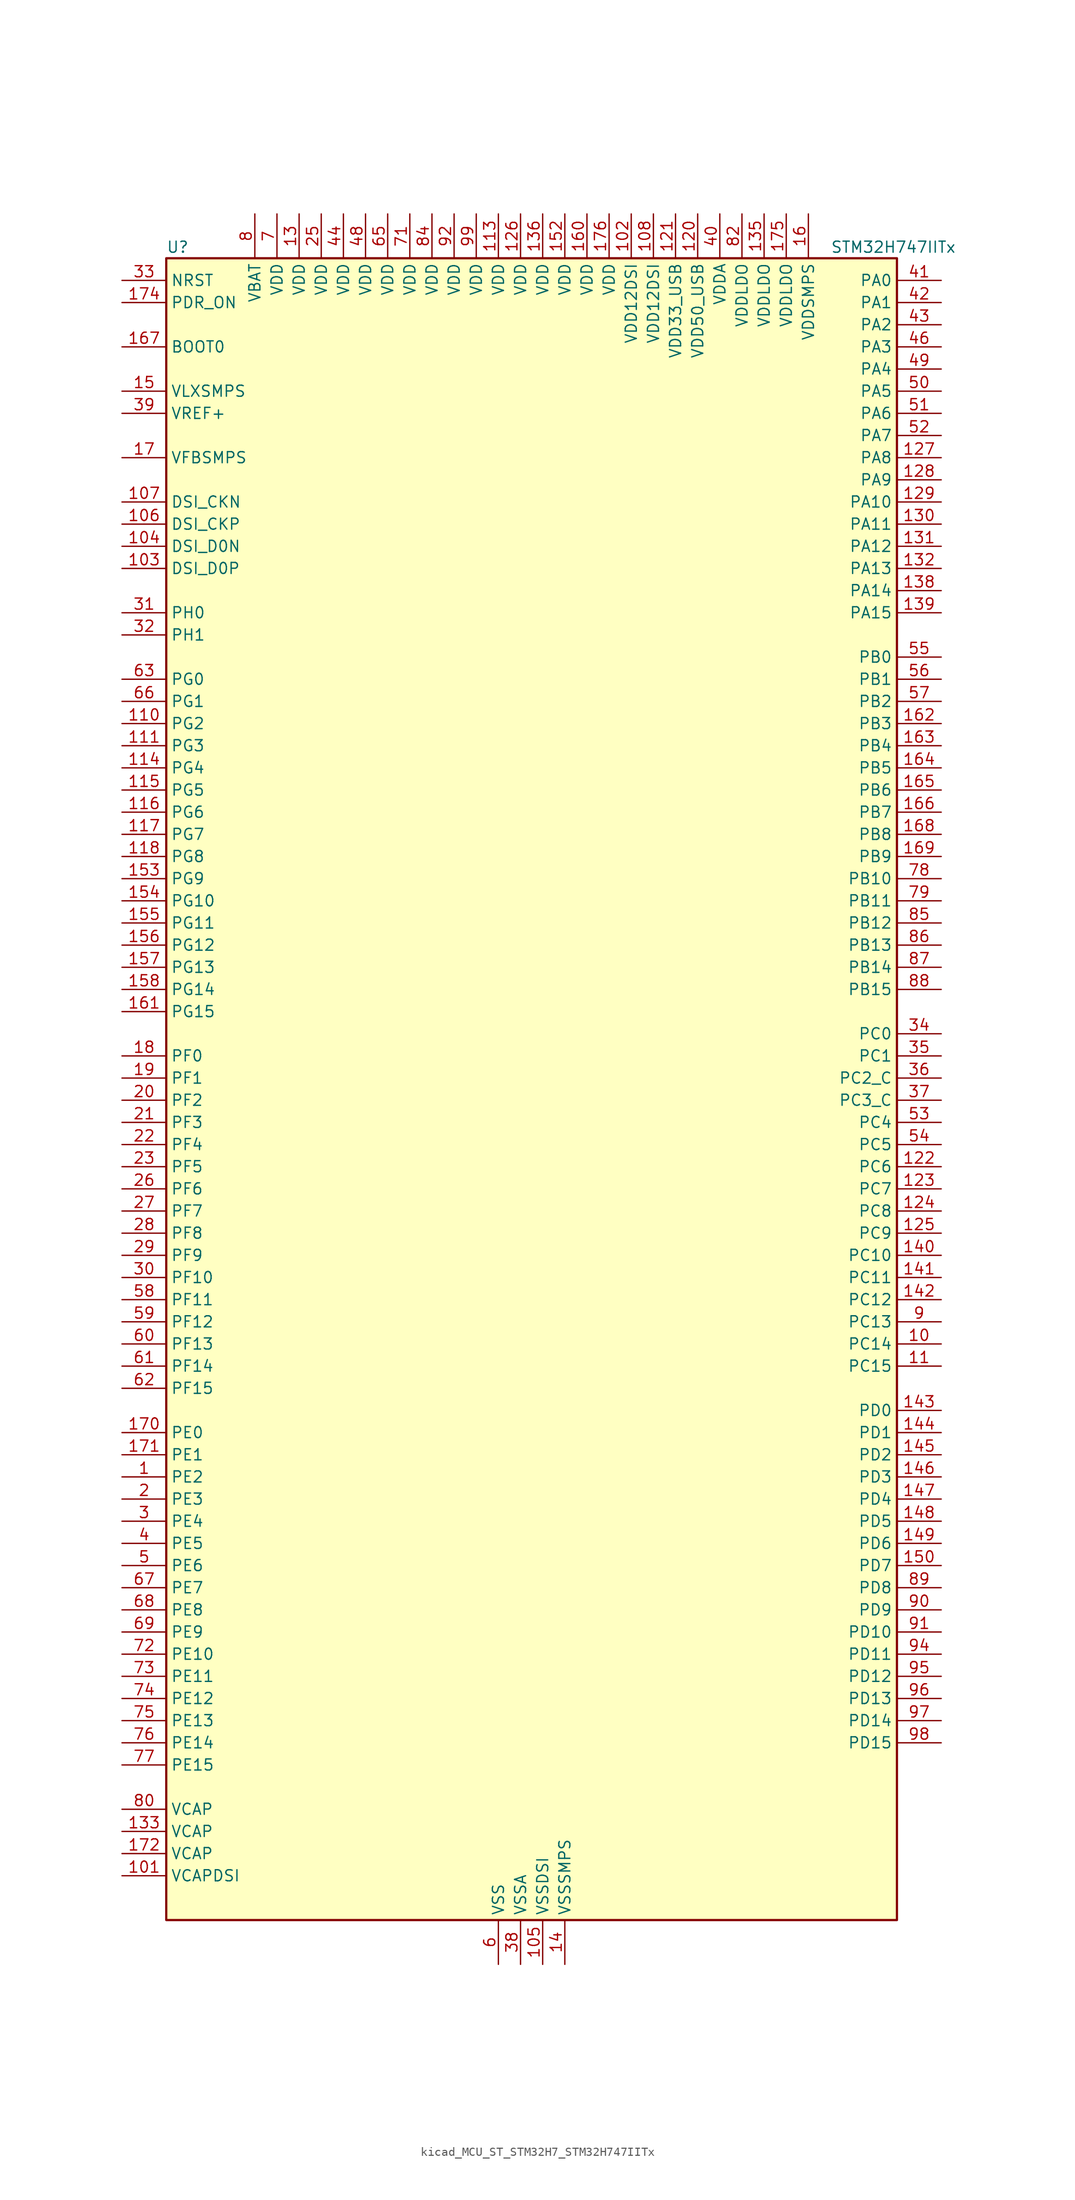
<source format=kicad_sym>
(kicad_symbol_lib
  (version 20220914)
  (generator kicad_symbol_editor)
  (symbol "kicad_MCU_ST_STM32H7_STM32H747IITx"
    (property "Reference" "U"
      (at -40.64 97.79 0)
      (effects (font (size 1.27 1.27)) (justify left)))
    (property "Value" "STM32H747IITx"
      (at 35.56 97.79 0)
      (effects (font (size 1.27 1.27)) (justify left)))
    (property "ki_locked" ""
      (at 0 0 0)
      (effects (font (size 1.27 1.27))))
    (symbol "kicad_MCU_ST_STM32H7_STM32H747IITx_0_1"
      (rectangle (start -40.64 -93.98) (end 43.18 96.52) (stroke (width 0.254) (type default)) (fill (type background))))
    (symbol "kicad_MCU_ST_STM32H7_STM32H747IITx_1_1"
      (pin bidirectional line (at -45.72 -43.18 0) (length 5.08) (name "PE2" (effects (font (size 1.27 1.27)))) (number "1" (effects (font (size 1.27 1.27)))) (alternate "DEBUG_TRACECLK" bidirectional line) (alternate "ETH_TXD3" bidirectional line) (alternate "FMC_A23" bidirectional line) (alternate "QUADSPI_BK1_IO2" bidirectional line) (alternate "SAI1_CK1" bidirectional line) (alternate "SAI1_MCLK_A" bidirectional line) (alternate "SAI4_CK1" bidirectional line) (alternate "SAI4_MCLK_A" bidirectional line) (alternate "SPI4_SCK" bidirectional line))
      (pin bidirectional line (at 48.26 -27.94 180) (length 5.08) (name "PC14" (effects (font (size 1.27 1.27)))) (number "10" (effects (font (size 1.27 1.27)))) (alternate "RCC_OSC32_IN" bidirectional line))
      (pin passive line (at -2.54 -99.06 90) (length 5.08) hide (name "VSS" (effects (font (size 1.27 1.27)))) (number "100" (effects (font (size 1.27 1.27)))))
      (pin power_out line (at -45.72 -88.9 0) (length 5.08) (name "VCAPDSI" (effects (font (size 1.27 1.27)))) (number "101" (effects (font (size 1.27 1.27)))))
      (pin power_in line (at 12.7 101.6 270) (length 5.08) (name "VDD12DSI" (effects (font (size 1.27 1.27)))) (number "102" (effects (font (size 1.27 1.27)))))
      (pin bidirectional line (at -45.72 60.96 0) (length 5.08) (name "DSI_D0P" (effects (font (size 1.27 1.27)))) (number "103" (effects (font (size 1.27 1.27)))) (alternate "DSIHOST_D0P" bidirectional line))
      (pin bidirectional line (at -45.72 63.5 0) (length 5.08) (name "DSI_D0N" (effects (font (size 1.27 1.27)))) (number "104" (effects (font (size 1.27 1.27)))) (alternate "DSIHOST_D0N" bidirectional line))
      (pin power_in line (at 2.54 -99.06 90) (length 5.08) (name "VSSDSI" (effects (font (size 1.27 1.27)))) (number "105" (effects (font (size 1.27 1.27)))))
      (pin bidirectional line (at -45.72 66.04 0) (length 5.08) (name "DSI_CKP" (effects (font (size 1.27 1.27)))) (number "106" (effects (font (size 1.27 1.27)))) (alternate "DSIHOST_CKP" bidirectional line))
      (pin bidirectional line (at -45.72 68.58 0) (length 5.08) (name "DSI_CKN" (effects (font (size 1.27 1.27)))) (number "107" (effects (font (size 1.27 1.27)))) (alternate "DSIHOST_CKN" bidirectional line))
      (pin power_in line (at 15.24 101.6 270) (length 5.08) (name "VDD12DSI" (effects (font (size 1.27 1.27)))) (number "108" (effects (font (size 1.27 1.27)))))
      (pin passive line (at 2.54 -99.06 90) (length 5.08) hide (name "VSSDSI" (effects (font (size 1.27 1.27)))) (number "109" (effects (font (size 1.27 1.27)))))
      (pin bidirectional line (at 48.26 -30.48 180) (length 5.08) (name "PC15" (effects (font (size 1.27 1.27)))) (number "11" (effects (font (size 1.27 1.27)))) (alternate "ADC1_EXTI15" bidirectional line) (alternate "ADC2_EXTI15" bidirectional line) (alternate "ADC3_EXTI15" bidirectional line) (alternate "RCC_OSC32_OUT" bidirectional line))
      (pin bidirectional line (at -45.72 43.18 0) (length 5.08) (name "PG2" (effects (font (size 1.27 1.27)))) (number "110" (effects (font (size 1.27 1.27)))) (alternate "FMC_A12" bidirectional line) (alternate "TIM8_BKIN" bidirectional line) (alternate "TIM8_BKIN_COMP1" bidirectional line) (alternate "TIM8_BKIN_COMP2" bidirectional line))
      (pin bidirectional line (at -45.72 40.64 0) (length 5.08) (name "PG3" (effects (font (size 1.27 1.27)))) (number "111" (effects (font (size 1.27 1.27)))) (alternate "FMC_A13" bidirectional line) (alternate "TIM8_BKIN2" bidirectional line) (alternate "TIM8_BKIN2_COMP1" bidirectional line) (alternate "TIM8_BKIN2_COMP2" bidirectional line))
      (pin passive line (at -2.54 -99.06 90) (length 5.08) hide (name "VSS" (effects (font (size 1.27 1.27)))) (number "112" (effects (font (size 1.27 1.27)))))
      (pin power_in line (at -2.54 101.6 270) (length 5.08) (name "VDD" (effects (font (size 1.27 1.27)))) (number "113" (effects (font (size 1.27 1.27)))))
      (pin bidirectional line (at -45.72 38.1 0) (length 5.08) (name "PG4" (effects (font (size 1.27 1.27)))) (number "114" (effects (font (size 1.27 1.27)))) (alternate "FMC_A14" bidirectional line) (alternate "FMC_BA0" bidirectional line) (alternate "TIM1_BKIN2" bidirectional line) (alternate "TIM1_BKIN2_COMP1" bidirectional line) (alternate "TIM1_BKIN2_COMP2" bidirectional line))
      (pin bidirectional line (at -45.72 35.56 0) (length 5.08) (name "PG5" (effects (font (size 1.27 1.27)))) (number "115" (effects (font (size 1.27 1.27)))) (alternate "FMC_A15" bidirectional line) (alternate "FMC_BA1" bidirectional line) (alternate "TIM1_ETR" bidirectional line))
      (pin bidirectional line (at -45.72 33.02 0) (length 5.08) (name "PG6" (effects (font (size 1.27 1.27)))) (number "116" (effects (font (size 1.27 1.27)))) (alternate "DCMI_D12" bidirectional line) (alternate "FMC_NE3" bidirectional line) (alternate "HRTIM_CHE1" bidirectional line) (alternate "LTDC_R7" bidirectional line) (alternate "QUADSPI_BK1_NCS" bidirectional line) (alternate "TIM17_BKIN" bidirectional line))
      (pin bidirectional line (at -45.72 30.48 0) (length 5.08) (name "PG7" (effects (font (size 1.27 1.27)))) (number "117" (effects (font (size 1.27 1.27)))) (alternate "DCMI_D13" bidirectional line) (alternate "FMC_INT" bidirectional line) (alternate "HRTIM_CHE2" bidirectional line) (alternate "LTDC_CLK" bidirectional line) (alternate "SAI1_MCLK_A" bidirectional line) (alternate "USART6_CK" bidirectional line))
      (pin bidirectional line (at -45.72 27.94 0) (length 5.08) (name "PG8" (effects (font (size 1.27 1.27)))) (number "118" (effects (font (size 1.27 1.27)))) (alternate "ETH_PPS_OUT" bidirectional line) (alternate "FMC_SDCLK" bidirectional line) (alternate "LTDC_G7" bidirectional line) (alternate "SPDIFRX1_IN2" bidirectional line) (alternate "SPI6_NSS" bidirectional line) (alternate "TIM8_ETR" bidirectional line) (alternate "USART6_DE" bidirectional line) (alternate "USART6_RTS" bidirectional line))
      (pin passive line (at -2.54 -99.06 90) (length 5.08) hide (name "VSS" (effects (font (size 1.27 1.27)))) (number "119" (effects (font (size 1.27 1.27)))))
      (pin passive line (at -2.54 -99.06 90) (length 5.08) hide (name "VSS" (effects (font (size 1.27 1.27)))) (number "12" (effects (font (size 1.27 1.27)))))
      (pin power_in line (at 20.32 101.6 270) (length 5.08) (name "VDD50_USB" (effects (font (size 1.27 1.27)))) (number "120" (effects (font (size 1.27 1.27)))))
      (pin power_in line (at 17.78 101.6 270) (length 5.08) (name "VDD33_USB" (effects (font (size 1.27 1.27)))) (number "121" (effects (font (size 1.27 1.27)))))
      (pin bidirectional line (at 48.26 -7.62 180) (length 5.08) (name "PC6" (effects (font (size 1.27 1.27)))) (number "122" (effects (font (size 1.27 1.27)))) (alternate "DCMI_D0" bidirectional line) (alternate "DFSDM1_CKIN3" bidirectional line) (alternate "FMC_NWAIT" bidirectional line) (alternate "HRTIM_CHA1" bidirectional line) (alternate "I2S2_MCK" bidirectional line) (alternate "LTDC_HSYNC" bidirectional line) (alternate "SDMMC1_D0DIR" bidirectional line) (alternate "SDMMC1_D6" bidirectional line) (alternate "SDMMC2_D6" bidirectional line) (alternate "SWPMI1_IO" bidirectional line) (alternate "TIM3_CH1" bidirectional line) (alternate "TIM8_CH1" bidirectional line) (alternate "USART6_TX" bidirectional line))
      (pin bidirectional line (at 48.26 -10.16 180) (length 5.08) (name "PC7" (effects (font (size 1.27 1.27)))) (number "123" (effects (font (size 1.27 1.27)))) (alternate "DCMI_D1" bidirectional line) (alternate "DEBUG_TRGIO" bidirectional line) (alternate "DFSDM1_DATIN3" bidirectional line) (alternate "FMC_NE1" bidirectional line) (alternate "HRTIM_CHA2" bidirectional line) (alternate "I2S3_MCK" bidirectional line) (alternate "LTDC_G6" bidirectional line) (alternate "SDMMC1_D123DIR" bidirectional line) (alternate "SDMMC1_D7" bidirectional line) (alternate "SDMMC2_D7" bidirectional line) (alternate "SWPMI1_TX" bidirectional line) (alternate "TIM3_CH2" bidirectional line) (alternate "TIM8_CH2" bidirectional line) (alternate "USART6_RX" bidirectional line))
      (pin bidirectional line (at 48.26 -12.7 180) (length 5.08) (name "PC8" (effects (font (size 1.27 1.27)))) (number "124" (effects (font (size 1.27 1.27)))) (alternate "DCMI_D2" bidirectional line) (alternate "DEBUG_TRACED1" bidirectional line) (alternate "FMC_NCE" bidirectional line) (alternate "FMC_NE2" bidirectional line) (alternate "HRTIM_CHB1" bidirectional line) (alternate "SDMMC1_D0" bidirectional line) (alternate "SWPMI1_RX" bidirectional line) (alternate "TIM3_CH3" bidirectional line) (alternate "TIM8_CH3" bidirectional line) (alternate "UART5_DE" bidirectional line) (alternate "UART5_RTS" bidirectional line) (alternate "USART6_CK" bidirectional line))
      (pin bidirectional line (at 48.26 -15.24 180) (length 5.08) (name "PC9" (effects (font (size 1.27 1.27)))) (number "125" (effects (font (size 1.27 1.27)))) (alternate "DAC1_EXTI9" bidirectional line) (alternate "DCMI_D3" bidirectional line) (alternate "I2C3_SDA" bidirectional line) (alternate "I2S_CKIN" bidirectional line) (alternate "LTDC_B2" bidirectional line) (alternate "LTDC_G3" bidirectional line) (alternate "QUADSPI_BK1_IO0" bidirectional line) (alternate "RCC_MCO_2" bidirectional line) (alternate "SDMMC1_D1" bidirectional line) (alternate "SWPMI1_SUSPEND" bidirectional line) (alternate "TIM3_CH4" bidirectional line) (alternate "TIM8_CH4" bidirectional line) (alternate "UART5_CTS" bidirectional line))
      (pin power_in line (at 0 101.6 270) (length 5.08) (name "VDD" (effects (font (size 1.27 1.27)))) (number "126" (effects (font (size 1.27 1.27)))))
      (pin bidirectional line (at 48.26 73.66 180) (length 5.08) (name "PA8" (effects (font (size 1.27 1.27)))) (number "127" (effects (font (size 1.27 1.27)))) (alternate "HRTIM_CHB2" bidirectional line) (alternate "I2C3_SCL" bidirectional line) (alternate "LTDC_B3" bidirectional line) (alternate "LTDC_R6" bidirectional line) (alternate "RCC_MCO_1" bidirectional line) (alternate "TIM1_CH1" bidirectional line) (alternate "TIM8_BKIN2" bidirectional line) (alternate "TIM8_BKIN2_COMP1" bidirectional line) (alternate "TIM8_BKIN2_COMP2" bidirectional line) (alternate "UART7_RX" bidirectional line) (alternate "USART1_CK" bidirectional line) (alternate "USB_OTG_FS_SOF" bidirectional line))
      (pin bidirectional line (at 48.26 71.12 180) (length 5.08) (name "PA9" (effects (font (size 1.27 1.27)))) (number "128" (effects (font (size 1.27 1.27)))) (alternate "DAC1_EXTI9" bidirectional line) (alternate "DCMI_D0" bidirectional line) (alternate "HRTIM_CHC1" bidirectional line) (alternate "I2C3_SMBA" bidirectional line) (alternate "I2S2_CK" bidirectional line) (alternate "LPUART1_TX" bidirectional line) (alternate "LTDC_R5" bidirectional line) (alternate "SPI2_SCK" bidirectional line) (alternate "TIM1_CH2" bidirectional line) (alternate "USART1_TX" bidirectional line) (alternate "USB_OTG_FS_VBUS" bidirectional line))
      (pin bidirectional line (at 48.26 68.58 180) (length 5.08) (name "PA10" (effects (font (size 1.27 1.27)))) (number "129" (effects (font (size 1.27 1.27)))) (alternate "DCMI_D1" bidirectional line) (alternate "HRTIM_CHC2" bidirectional line) (alternate "LPUART1_RX" bidirectional line) (alternate "LTDC_B1" bidirectional line) (alternate "LTDC_B4" bidirectional line) (alternate "MDIOS_MDIO" bidirectional line) (alternate "TIM1_CH3" bidirectional line) (alternate "USART1_RX" bidirectional line) (alternate "USB_OTG_FS_ID" bidirectional line))
      (pin power_in line (at -25.4 101.6 270) (length 5.08) (name "VDD" (effects (font (size 1.27 1.27)))) (number "13" (effects (font (size 1.27 1.27)))))
      (pin bidirectional line (at 48.26 66.04 180) (length 5.08) (name "PA11" (effects (font (size 1.27 1.27)))) (number "130" (effects (font (size 1.27 1.27)))) (alternate "ADC1_EXTI11" bidirectional line) (alternate "ADC2_EXTI11" bidirectional line) (alternate "ADC3_EXTI11" bidirectional line) (alternate "FDCAN1_RX" bidirectional line) (alternate "HRTIM_CHD1" bidirectional line) (alternate "I2S2_WS" bidirectional line) (alternate "LPUART1_CTS" bidirectional line) (alternate "LTDC_R4" bidirectional line) (alternate "SPI2_NSS" bidirectional line) (alternate "TIM1_CH4" bidirectional line) (alternate "UART4_RX" bidirectional line) (alternate "USART1_CTS" bidirectional line) (alternate "USART1_NSS" bidirectional line) (alternate "USB_OTG_FS_DM" bidirectional line))
      (pin bidirectional line (at 48.26 63.5 180) (length 5.08) (name "PA12" (effects (font (size 1.27 1.27)))) (number "131" (effects (font (size 1.27 1.27)))) (alternate "FDCAN1_TX" bidirectional line) (alternate "HRTIM_CHD2" bidirectional line) (alternate "I2S2_CK" bidirectional line) (alternate "LPUART1_DE" bidirectional line) (alternate "LPUART1_RTS" bidirectional line) (alternate "LTDC_R5" bidirectional line) (alternate "SAI2_FS_B" bidirectional line) (alternate "SPI2_SCK" bidirectional line) (alternate "TIM1_ETR" bidirectional line) (alternate "UART4_TX" bidirectional line) (alternate "USART1_DE" bidirectional line) (alternate "USART1_RTS" bidirectional line) (alternate "USB_OTG_FS_DP" bidirectional line))
      (pin bidirectional line (at 48.26 60.96 180) (length 5.08) (name "PA13" (effects (font (size 1.27 1.27)))) (number "132" (effects (font (size 1.27 1.27)))) (alternate "DEBUG_JTMS-SWDIO" bidirectional line))
      (pin power_out line (at -45.72 -83.82 0) (length 5.08) (name "VCAP" (effects (font (size 1.27 1.27)))) (number "133" (effects (font (size 1.27 1.27)))))
      (pin passive line (at -2.54 -99.06 90) (length 5.08) hide (name "VSS" (effects (font (size 1.27 1.27)))) (number "134" (effects (font (size 1.27 1.27)))))
      (pin power_in line (at 27.94 101.6 270) (length 5.08) (name "VDDLDO" (effects (font (size 1.27 1.27)))) (number "135" (effects (font (size 1.27 1.27)))))
      (pin power_in line (at 2.54 101.6 270) (length 5.08) (name "VDD" (effects (font (size 1.27 1.27)))) (number "136" (effects (font (size 1.27 1.27)))))
      (pin passive line (at -2.54 -99.06 90) (length 5.08) hide (name "VSS" (effects (font (size 1.27 1.27)))) (number "137" (effects (font (size 1.27 1.27)))))
      (pin bidirectional line (at 48.26 58.42 180) (length 5.08) (name "PA14" (effects (font (size 1.27 1.27)))) (number "138" (effects (font (size 1.27 1.27)))) (alternate "DEBUG_JTCK-SWCLK" bidirectional line))
      (pin bidirectional line (at 48.26 55.88 180) (length 5.08) (name "PA15" (effects (font (size 1.27 1.27)))) (number "139" (effects (font (size 1.27 1.27)))) (alternate "ADC1_EXTI15" bidirectional line) (alternate "ADC2_EXTI15" bidirectional line) (alternate "ADC3_EXTI15" bidirectional line) (alternate "CEC" bidirectional line) (alternate "DEBUG_JTDI" bidirectional line) (alternate "DSIHOST_TE" bidirectional line) (alternate "HRTIM_FLT1" bidirectional line) (alternate "I2S1_WS" bidirectional line) (alternate "I2S3_WS" bidirectional line) (alternate "SPI1_NSS" bidirectional line) (alternate "SPI3_NSS" bidirectional line) (alternate "SPI6_NSS" bidirectional line) (alternate "TIM2_CH1" bidirectional line) (alternate "TIM2_ETR" bidirectional line) (alternate "UART4_DE" bidirectional line) (alternate "UART4_RTS" bidirectional line) (alternate "UART7_TX" bidirectional line))
      (pin power_in line (at 5.08 -99.06 90) (length 5.08) (name "VSSSMPS" (effects (font (size 1.27 1.27)))) (number "14" (effects (font (size 1.27 1.27)))))
      (pin bidirectional line (at 48.26 -17.78 180) (length 5.08) (name "PC10" (effects (font (size 1.27 1.27)))) (number "140" (effects (font (size 1.27 1.27)))) (alternate "DCMI_D8" bidirectional line) (alternate "DFSDM1_CKIN5" bidirectional line) (alternate "HRTIM_EEV1" bidirectional line) (alternate "I2S3_CK" bidirectional line) (alternate "LTDC_R2" bidirectional line) (alternate "QUADSPI_BK1_IO1" bidirectional line) (alternate "SDMMC1_D2" bidirectional line) (alternate "SPI3_SCK" bidirectional line) (alternate "UART4_TX" bidirectional line) (alternate "USART3_TX" bidirectional line))
      (pin bidirectional line (at 48.26 -20.32 180) (length 5.08) (name "PC11" (effects (font (size 1.27 1.27)))) (number "141" (effects (font (size 1.27 1.27)))) (alternate "ADC1_EXTI11" bidirectional line) (alternate "ADC2_EXTI11" bidirectional line) (alternate "ADC3_EXTI11" bidirectional line) (alternate "DCMI_D4" bidirectional line) (alternate "DFSDM1_DATIN5" bidirectional line) (alternate "HRTIM_FLT2" bidirectional line) (alternate "I2S3_SDI" bidirectional line) (alternate "QUADSPI_BK2_NCS" bidirectional line) (alternate "SDMMC1_D3" bidirectional line) (alternate "SPI3_MISO" bidirectional line) (alternate "UART4_RX" bidirectional line) (alternate "USART3_RX" bidirectional line))
      (pin bidirectional line (at 48.26 -22.86 180) (length 5.08) (name "PC12" (effects (font (size 1.27 1.27)))) (number "142" (effects (font (size 1.27 1.27)))) (alternate "DCMI_D9" bidirectional line) (alternate "DEBUG_TRACED3" bidirectional line) (alternate "HRTIM_EEV2" bidirectional line) (alternate "I2S3_SDO" bidirectional line) (alternate "SDMMC1_CK" bidirectional line) (alternate "SPI3_MOSI" bidirectional line) (alternate "UART5_TX" bidirectional line) (alternate "USART3_CK" bidirectional line))
      (pin bidirectional line (at 48.26 -35.56 180) (length 5.08) (name "PD0" (effects (font (size 1.27 1.27)))) (number "143" (effects (font (size 1.27 1.27)))) (alternate "DFSDM1_CKIN6" bidirectional line) (alternate "FDCAN1_RX" bidirectional line) (alternate "FMC_D2" bidirectional line) (alternate "FMC_DA2" bidirectional line) (alternate "SAI3_SCK_A" bidirectional line) (alternate "UART4_RX" bidirectional line))
      (pin bidirectional line (at 48.26 -38.1 180) (length 5.08) (name "PD1" (effects (font (size 1.27 1.27)))) (number "144" (effects (font (size 1.27 1.27)))) (alternate "DFSDM1_DATIN6" bidirectional line) (alternate "FDCAN1_TX" bidirectional line) (alternate "FMC_D3" bidirectional line) (alternate "FMC_DA3" bidirectional line) (alternate "SAI3_SD_A" bidirectional line) (alternate "UART4_TX" bidirectional line))
      (pin bidirectional line (at 48.26 -40.64 180) (length 5.08) (name "PD2" (effects (font (size 1.27 1.27)))) (number "145" (effects (font (size 1.27 1.27)))) (alternate "DCMI_D11" bidirectional line) (alternate "DEBUG_TRACED2" bidirectional line) (alternate "SDMMC1_CMD" bidirectional line) (alternate "TIM3_ETR" bidirectional line) (alternate "UART5_RX" bidirectional line))
      (pin bidirectional line (at 48.26 -43.18 180) (length 5.08) (name "PD3" (effects (font (size 1.27 1.27)))) (number "146" (effects (font (size 1.27 1.27)))) (alternate "DCMI_D5" bidirectional line) (alternate "DFSDM1_CKOUT" bidirectional line) (alternate "FMC_CLK" bidirectional line) (alternate "I2S2_CK" bidirectional line) (alternate "LTDC_G7" bidirectional line) (alternate "SPI2_SCK" bidirectional line) (alternate "USART2_CTS" bidirectional line) (alternate "USART2_NSS" bidirectional line))
      (pin bidirectional line (at 48.26 -45.72 180) (length 5.08) (name "PD4" (effects (font (size 1.27 1.27)))) (number "147" (effects (font (size 1.27 1.27)))) (alternate "FMC_NOE" bidirectional line) (alternate "HRTIM_FLT3" bidirectional line) (alternate "SAI3_FS_A" bidirectional line) (alternate "USART2_DE" bidirectional line) (alternate "USART2_RTS" bidirectional line))
      (pin bidirectional line (at 48.26 -48.26 180) (length 5.08) (name "PD5" (effects (font (size 1.27 1.27)))) (number "148" (effects (font (size 1.27 1.27)))) (alternate "FMC_NWE" bidirectional line) (alternate "HRTIM_EEV3" bidirectional line) (alternate "USART2_TX" bidirectional line))
      (pin bidirectional line (at 48.26 -50.8 180) (length 5.08) (name "PD6" (effects (font (size 1.27 1.27)))) (number "149" (effects (font (size 1.27 1.27)))) (alternate "DCMI_D10" bidirectional line) (alternate "DFSDM1_CKIN4" bidirectional line) (alternate "DFSDM1_DATIN1" bidirectional line) (alternate "FMC_NWAIT" bidirectional line) (alternate "I2S3_SDO" bidirectional line) (alternate "LTDC_B2" bidirectional line) (alternate "SAI1_D1" bidirectional line) (alternate "SAI1_SD_A" bidirectional line) (alternate "SAI4_D1" bidirectional line) (alternate "SAI4_SD_A" bidirectional line) (alternate "SDMMC2_CK" bidirectional line) (alternate "SPI3_MOSI" bidirectional line) (alternate "USART2_RX" bidirectional line))
      (pin power_in line (at -45.72 81.28 0) (length 5.08) (name "VLXSMPS" (effects (font (size 1.27 1.27)))) (number "15" (effects (font (size 1.27 1.27)))))
      (pin bidirectional line (at 48.26 -53.34 180) (length 5.08) (name "PD7" (effects (font (size 1.27 1.27)))) (number "150" (effects (font (size 1.27 1.27)))) (alternate "DFSDM1_CKIN1" bidirectional line) (alternate "DFSDM1_DATIN4" bidirectional line) (alternate "FMC_NE1" bidirectional line) (alternate "I2S1_SDO" bidirectional line) (alternate "SDMMC2_CMD" bidirectional line) (alternate "SPDIFRX1_IN0" bidirectional line) (alternate "SPI1_MOSI" bidirectional line) (alternate "USART2_CK" bidirectional line))
      (pin passive line (at -2.54 -99.06 90) (length 5.08) hide (name "VSS" (effects (font (size 1.27 1.27)))) (number "151" (effects (font (size 1.27 1.27)))))
      (pin power_in line (at 5.08 101.6 270) (length 5.08) (name "VDD" (effects (font (size 1.27 1.27)))) (number "152" (effects (font (size 1.27 1.27)))))
      (pin bidirectional line (at -45.72 25.4 0) (length 5.08) (name "PG9" (effects (font (size 1.27 1.27)))) (number "153" (effects (font (size 1.27 1.27)))) (alternate "DAC1_EXTI9" bidirectional line) (alternate "DCMI_VSYNC" bidirectional line) (alternate "FMC_NCE" bidirectional line) (alternate "FMC_NE2" bidirectional line) (alternate "I2S1_SDI" bidirectional line) (alternate "QUADSPI_BK2_IO2" bidirectional line) (alternate "SAI2_FS_B" bidirectional line) (alternate "SPDIFRX1_IN3" bidirectional line) (alternate "SPI1_MISO" bidirectional line) (alternate "USART6_RX" bidirectional line))
      (pin bidirectional line (at -45.72 22.86 0) (length 5.08) (name "PG10" (effects (font (size 1.27 1.27)))) (number "154" (effects (font (size 1.27 1.27)))) (alternate "DCMI_D2" bidirectional line) (alternate "FMC_NE3" bidirectional line) (alternate "HRTIM_FLT5" bidirectional line) (alternate "I2S1_WS" bidirectional line) (alternate "LTDC_B2" bidirectional line) (alternate "LTDC_G3" bidirectional line) (alternate "SAI2_SD_B" bidirectional line) (alternate "SPI1_NSS" bidirectional line))
      (pin bidirectional line (at -45.72 20.32 0) (length 5.08) (name "PG11" (effects (font (size 1.27 1.27)))) (number "155" (effects (font (size 1.27 1.27)))) (alternate "ADC1_EXTI11" bidirectional line) (alternate "ADC2_EXTI11" bidirectional line) (alternate "ADC3_EXTI11" bidirectional line) (alternate "DCMI_D3" bidirectional line) (alternate "ETH_TX_EN" bidirectional line) (alternate "HRTIM_EEV4" bidirectional line) (alternate "I2S1_CK" bidirectional line) (alternate "LPTIM1_IN2" bidirectional line) (alternate "LTDC_B3" bidirectional line) (alternate "SDMMC2_D2" bidirectional line) (alternate "SPDIFRX1_IN0" bidirectional line) (alternate "SPI1_SCK" bidirectional line))
      (pin bidirectional line (at -45.72 17.78 0) (length 5.08) (name "PG12" (effects (font (size 1.27 1.27)))) (number "156" (effects (font (size 1.27 1.27)))) (alternate "ETH_TXD1" bidirectional line) (alternate "FMC_NE4" bidirectional line) (alternate "HRTIM_EEV5" bidirectional line) (alternate "LPTIM1_IN1" bidirectional line) (alternate "LTDC_B1" bidirectional line) (alternate "LTDC_B4" bidirectional line) (alternate "SPDIFRX1_IN1" bidirectional line) (alternate "SPI6_MISO" bidirectional line) (alternate "USART6_DE" bidirectional line) (alternate "USART6_RTS" bidirectional line))
      (pin bidirectional line (at -45.72 15.24 0) (length 5.08) (name "PG13" (effects (font (size 1.27 1.27)))) (number "157" (effects (font (size 1.27 1.27)))) (alternate "DEBUG_TRACED0" bidirectional line) (alternate "ETH_TXD0" bidirectional line) (alternate "FMC_A24" bidirectional line) (alternate "HRTIM_EEV10" bidirectional line) (alternate "LPTIM1_OUT" bidirectional line) (alternate "LTDC_R0" bidirectional line) (alternate "SPI6_SCK" bidirectional line) (alternate "USART6_CTS" bidirectional line) (alternate "USART6_NSS" bidirectional line))
      (pin bidirectional line (at -45.72 12.7 0) (length 5.08) (name "PG14" (effects (font (size 1.27 1.27)))) (number "158" (effects (font (size 1.27 1.27)))) (alternate "DEBUG_TRACED1" bidirectional line) (alternate "ETH_TXD1" bidirectional line) (alternate "FMC_A25" bidirectional line) (alternate "LPTIM1_ETR" bidirectional line) (alternate "LTDC_B0" bidirectional line) (alternate "QUADSPI_BK2_IO3" bidirectional line) (alternate "SPI6_MOSI" bidirectional line) (alternate "USART6_TX" bidirectional line))
      (pin passive line (at -2.54 -99.06 90) (length 5.08) hide (name "VSS" (effects (font (size 1.27 1.27)))) (number "159" (effects (font (size 1.27 1.27)))))
      (pin power_in line (at 33.02 101.6 270) (length 5.08) (name "VDDSMPS" (effects (font (size 1.27 1.27)))) (number "16" (effects (font (size 1.27 1.27)))))
      (pin power_in line (at 7.62 101.6 270) (length 5.08) (name "VDD" (effects (font (size 1.27 1.27)))) (number "160" (effects (font (size 1.27 1.27)))))
      (pin bidirectional line (at -45.72 10.16 0) (length 5.08) (name "PG15" (effects (font (size 1.27 1.27)))) (number "161" (effects (font (size 1.27 1.27)))) (alternate "ADC1_EXTI15" bidirectional line) (alternate "ADC2_EXTI15" bidirectional line) (alternate "ADC3_EXTI15" bidirectional line) (alternate "DCMI_D13" bidirectional line) (alternate "FMC_SDNCAS" bidirectional line) (alternate "USART6_CTS" bidirectional line) (alternate "USART6_NSS" bidirectional line))
      (pin bidirectional line (at 48.26 43.18 180) (length 5.08) (name "PB3" (effects (font (size 1.27 1.27)))) (number "162" (effects (font (size 1.27 1.27)))) (alternate "CRS_SYNC" bidirectional line) (alternate "DEBUG_JTDO-SWO" bidirectional line) (alternate "HRTIM_FLT4" bidirectional line) (alternate "I2S1_CK" bidirectional line) (alternate "I2S3_CK" bidirectional line) (alternate "SDMMC2_D2" bidirectional line) (alternate "SPI1_SCK" bidirectional line) (alternate "SPI3_SCK" bidirectional line) (alternate "SPI6_SCK" bidirectional line) (alternate "TIM2_CH2" bidirectional line) (alternate "UART7_RX" bidirectional line))
      (pin bidirectional line (at 48.26 40.64 180) (length 5.08) (name "PB4" (effects (font (size 1.27 1.27)))) (number "163" (effects (font (size 1.27 1.27)))) (alternate "DEBUG_JTRST" bidirectional line) (alternate "HRTIM_EEV6" bidirectional line) (alternate "I2S1_SDI" bidirectional line) (alternate "I2S2_WS" bidirectional line) (alternate "I2S3_SDI" bidirectional line) (alternate "SDMMC2_D3" bidirectional line) (alternate "SPI1_MISO" bidirectional line) (alternate "SPI2_NSS" bidirectional line) (alternate "SPI3_MISO" bidirectional line) (alternate "SPI6_MISO" bidirectional line) (alternate "TIM16_BKIN" bidirectional line) (alternate "TIM3_CH1" bidirectional line) (alternate "UART7_TX" bidirectional line))
      (pin bidirectional line (at 48.26 38.1 180) (length 5.08) (name "PB5" (effects (font (size 1.27 1.27)))) (number "164" (effects (font (size 1.27 1.27)))) (alternate "DCMI_D10" bidirectional line) (alternate "ETH_PPS_OUT" bidirectional line) (alternate "FDCAN2_RX" bidirectional line) (alternate "FMC_SDCKE1" bidirectional line) (alternate "HRTIM_EEV7" bidirectional line) (alternate "I2C1_SMBA" bidirectional line) (alternate "I2C4_SMBA" bidirectional line) (alternate "I2S1_SDO" bidirectional line) (alternate "I2S3_SDO" bidirectional line) (alternate "SPI1_MOSI" bidirectional line) (alternate "SPI3_MOSI" bidirectional line) (alternate "SPI6_MOSI" bidirectional line) (alternate "TIM17_BKIN" bidirectional line) (alternate "TIM3_CH2" bidirectional line) (alternate "UART5_RX" bidirectional line) (alternate "USB_OTG_HS_ULPI_D7" bidirectional line))
      (pin bidirectional line (at 48.26 35.56 180) (length 5.08) (name "PB6" (effects (font (size 1.27 1.27)))) (number "165" (effects (font (size 1.27 1.27)))) (alternate "CEC" bidirectional line) (alternate "DCMI_D5" bidirectional line) (alternate "DFSDM1_DATIN5" bidirectional line) (alternate "FDCAN2_TX" bidirectional line) (alternate "FMC_SDNE1" bidirectional line) (alternate "HRTIM_EEV8" bidirectional line) (alternate "I2C1_SCL" bidirectional line) (alternate "I2C4_SCL" bidirectional line) (alternate "LPUART1_TX" bidirectional line) (alternate "QUADSPI_BK1_NCS" bidirectional line) (alternate "TIM16_CH1N" bidirectional line) (alternate "TIM4_CH1" bidirectional line) (alternate "UART5_TX" bidirectional line) (alternate "USART1_TX" bidirectional line))
      (pin bidirectional line (at 48.26 33.02 180) (length 5.08) (name "PB7" (effects (font (size 1.27 1.27)))) (number "166" (effects (font (size 1.27 1.27)))) (alternate "DCMI_VSYNC" bidirectional line) (alternate "DFSDM1_CKIN5" bidirectional line) (alternate "FMC_NL" bidirectional line) (alternate "HRTIM_EEV9" bidirectional line) (alternate "I2C1_SDA" bidirectional line) (alternate "I2C4_SDA" bidirectional line) (alternate "LPUART1_RX" bidirectional line) (alternate "PWR_PVD_IN" bidirectional line) (alternate "TIM17_CH1N" bidirectional line) (alternate "TIM4_CH2" bidirectional line) (alternate "USART1_RX" bidirectional line))
      (pin input line (at -45.72 86.36 0) (length 5.08) (name "BOOT0" (effects (font (size 1.27 1.27)))) (number "167" (effects (font (size 1.27 1.27)))))
      (pin bidirectional line (at 48.26 30.48 180) (length 5.08) (name "PB8" (effects (font (size 1.27 1.27)))) (number "168" (effects (font (size 1.27 1.27)))) (alternate "DCMI_D6" bidirectional line) (alternate "DFSDM1_CKIN7" bidirectional line) (alternate "ETH_TXD3" bidirectional line) (alternate "FDCAN1_RX" bidirectional line) (alternate "I2C1_SCL" bidirectional line) (alternate "I2C4_SCL" bidirectional line) (alternate "LTDC_B6" bidirectional line) (alternate "SDMMC1_CKIN" bidirectional line) (alternate "SDMMC1_D4" bidirectional line) (alternate "SDMMC2_D4" bidirectional line) (alternate "TIM16_CH1" bidirectional line) (alternate "TIM4_CH3" bidirectional line) (alternate "UART4_RX" bidirectional line))
      (pin bidirectional line (at 48.26 27.94 180) (length 5.08) (name "PB9" (effects (font (size 1.27 1.27)))) (number "169" (effects (font (size 1.27 1.27)))) (alternate "DAC1_EXTI9" bidirectional line) (alternate "DCMI_D7" bidirectional line) (alternate "DFSDM1_DATIN7" bidirectional line) (alternate "FDCAN1_TX" bidirectional line) (alternate "I2C1_SDA" bidirectional line) (alternate "I2C4_SDA" bidirectional line) (alternate "I2C4_SMBA" bidirectional line) (alternate "I2S2_WS" bidirectional line) (alternate "LTDC_B7" bidirectional line) (alternate "SDMMC1_CDIR" bidirectional line) (alternate "SDMMC1_D5" bidirectional line) (alternate "SDMMC2_D5" bidirectional line) (alternate "SPI2_NSS" bidirectional line) (alternate "TIM17_CH1" bidirectional line) (alternate "TIM4_CH4" bidirectional line) (alternate "UART4_TX" bidirectional line))
      (pin input line (at -45.72 73.66 0) (length 5.08) (name "VFBSMPS" (effects (font (size 1.27 1.27)))) (number "17" (effects (font (size 1.27 1.27)))))
      (pin bidirectional line (at -45.72 -38.1 0) (length 5.08) (name "PE0" (effects (font (size 1.27 1.27)))) (number "170" (effects (font (size 1.27 1.27)))) (alternate "DCMI_D2" bidirectional line) (alternate "FMC_NBL0" bidirectional line) (alternate "HRTIM_SCIN" bidirectional line) (alternate "LPTIM1_ETR" bidirectional line) (alternate "LPTIM2_ETR" bidirectional line) (alternate "SAI2_MCLK_A" bidirectional line) (alternate "TIM4_ETR" bidirectional line) (alternate "UART8_RX" bidirectional line))
      (pin bidirectional line (at -45.72 -40.64 0) (length 5.08) (name "PE1" (effects (font (size 1.27 1.27)))) (number "171" (effects (font (size 1.27 1.27)))) (alternate "DCMI_D3" bidirectional line) (alternate "FMC_NBL1" bidirectional line) (alternate "HRTIM_SCOUT" bidirectional line) (alternate "LPTIM1_IN2" bidirectional line) (alternate "UART8_TX" bidirectional line))
      (pin power_out line (at -45.72 -86.36 0) (length 5.08) (name "VCAP" (effects (font (size 1.27 1.27)))) (number "172" (effects (font (size 1.27 1.27)))))
      (pin passive line (at -2.54 -99.06 90) (length 5.08) hide (name "VSS" (effects (font (size 1.27 1.27)))) (number "173" (effects (font (size 1.27 1.27)))))
      (pin input line (at -45.72 91.44 0) (length 5.08) (name "PDR_ON" (effects (font (size 1.27 1.27)))) (number "174" (effects (font (size 1.27 1.27)))))
      (pin power_in line (at 30.48 101.6 270) (length 5.08) (name "VDDLDO" (effects (font (size 1.27 1.27)))) (number "175" (effects (font (size 1.27 1.27)))))
      (pin power_in line (at 10.16 101.6 270) (length 5.08) (name "VDD" (effects (font (size 1.27 1.27)))) (number "176" (effects (font (size 1.27 1.27)))))
      (pin bidirectional line (at -45.72 5.08 0) (length 5.08) (name "PF0" (effects (font (size 1.27 1.27)))) (number "18" (effects (font (size 1.27 1.27)))) (alternate "FMC_A0" bidirectional line) (alternate "I2C2_SDA" bidirectional line))
      (pin bidirectional line (at -45.72 2.54 0) (length 5.08) (name "PF1" (effects (font (size 1.27 1.27)))) (number "19" (effects (font (size 1.27 1.27)))) (alternate "FMC_A1" bidirectional line) (alternate "I2C2_SCL" bidirectional line))
      (pin bidirectional line (at -45.72 -45.72 0) (length 5.08) (name "PE3" (effects (font (size 1.27 1.27)))) (number "2" (effects (font (size 1.27 1.27)))) (alternate "DEBUG_TRACED0" bidirectional line) (alternate "FMC_A19" bidirectional line) (alternate "SAI1_SD_B" bidirectional line) (alternate "SAI4_SD_B" bidirectional line) (alternate "TIM15_BKIN" bidirectional line))
      (pin bidirectional line (at -45.72 0 0) (length 5.08) (name "PF2" (effects (font (size 1.27 1.27)))) (number "20" (effects (font (size 1.27 1.27)))) (alternate "FMC_A2" bidirectional line) (alternate "I2C2_SMBA" bidirectional line))
      (pin bidirectional line (at -45.72 -2.54 0) (length 5.08) (name "PF3" (effects (font (size 1.27 1.27)))) (number "21" (effects (font (size 1.27 1.27)))) (alternate "ADC3_INP5" bidirectional line) (alternate "FMC_A3" bidirectional line))
      (pin bidirectional line (at -45.72 -5.08 0) (length 5.08) (name "PF4" (effects (font (size 1.27 1.27)))) (number "22" (effects (font (size 1.27 1.27)))) (alternate "ADC3_INN5" bidirectional line) (alternate "ADC3_INP9" bidirectional line) (alternate "FMC_A4" bidirectional line))
      (pin bidirectional line (at -45.72 -7.62 0) (length 5.08) (name "PF5" (effects (font (size 1.27 1.27)))) (number "23" (effects (font (size 1.27 1.27)))) (alternate "ADC3_INP4" bidirectional line) (alternate "FMC_A5" bidirectional line))
      (pin passive line (at -2.54 -99.06 90) (length 5.08) hide (name "VSS" (effects (font (size 1.27 1.27)))) (number "24" (effects (font (size 1.27 1.27)))))
      (pin power_in line (at -22.86 101.6 270) (length 5.08) (name "VDD" (effects (font (size 1.27 1.27)))) (number "25" (effects (font (size 1.27 1.27)))))
      (pin bidirectional line (at -45.72 -10.16 0) (length 5.08) (name "PF6" (effects (font (size 1.27 1.27)))) (number "26" (effects (font (size 1.27 1.27)))) (alternate "ADC3_INN4" bidirectional line) (alternate "ADC3_INP8" bidirectional line) (alternate "QUADSPI_BK1_IO3" bidirectional line) (alternate "SAI1_SD_B" bidirectional line) (alternate "SAI4_SD_B" bidirectional line) (alternate "SPI5_NSS" bidirectional line) (alternate "TIM16_CH1" bidirectional line) (alternate "UART7_RX" bidirectional line))
      (pin bidirectional line (at -45.72 -12.7 0) (length 5.08) (name "PF7" (effects (font (size 1.27 1.27)))) (number "27" (effects (font (size 1.27 1.27)))) (alternate "ADC3_INP3" bidirectional line) (alternate "QUADSPI_BK1_IO2" bidirectional line) (alternate "SAI1_MCLK_B" bidirectional line) (alternate "SAI4_MCLK_B" bidirectional line) (alternate "SPI5_SCK" bidirectional line) (alternate "TIM17_CH1" bidirectional line) (alternate "UART7_TX" bidirectional line))
      (pin bidirectional line (at -45.72 -15.24 0) (length 5.08) (name "PF8" (effects (font (size 1.27 1.27)))) (number "28" (effects (font (size 1.27 1.27)))) (alternate "ADC3_INN3" bidirectional line) (alternate "ADC3_INP7" bidirectional line) (alternate "QUADSPI_BK1_IO0" bidirectional line) (alternate "SAI1_SCK_B" bidirectional line) (alternate "SAI4_SCK_B" bidirectional line) (alternate "SPI5_MISO" bidirectional line) (alternate "TIM13_CH1" bidirectional line) (alternate "TIM16_CH1N" bidirectional line) (alternate "UART7_DE" bidirectional line) (alternate "UART7_RTS" bidirectional line))
      (pin bidirectional line (at -45.72 -17.78 0) (length 5.08) (name "PF9" (effects (font (size 1.27 1.27)))) (number "29" (effects (font (size 1.27 1.27)))) (alternate "ADC3_INP2" bidirectional line) (alternate "DAC1_EXTI9" bidirectional line) (alternate "QUADSPI_BK1_IO1" bidirectional line) (alternate "SAI1_FS_B" bidirectional line) (alternate "SAI4_FS_B" bidirectional line) (alternate "SPI5_MOSI" bidirectional line) (alternate "TIM14_CH1" bidirectional line) (alternate "TIM17_CH1N" bidirectional line) (alternate "UART7_CTS" bidirectional line))
      (pin bidirectional line (at -45.72 -48.26 0) (length 5.08) (name "PE4" (effects (font (size 1.27 1.27)))) (number "3" (effects (font (size 1.27 1.27)))) (alternate "DCMI_D4" bidirectional line) (alternate "DEBUG_TRACED1" bidirectional line) (alternate "DFSDM1_DATIN3" bidirectional line) (alternate "FMC_A20" bidirectional line) (alternate "LTDC_B0" bidirectional line) (alternate "SAI1_D2" bidirectional line) (alternate "SAI1_FS_A" bidirectional line) (alternate "SAI4_D2" bidirectional line) (alternate "SAI4_FS_A" bidirectional line) (alternate "SPI4_NSS" bidirectional line) (alternate "TIM15_CH1N" bidirectional line))
      (pin bidirectional line (at -45.72 -20.32 0) (length 5.08) (name "PF10" (effects (font (size 1.27 1.27)))) (number "30" (effects (font (size 1.27 1.27)))) (alternate "ADC3_INN2" bidirectional line) (alternate "ADC3_INP6" bidirectional line) (alternate "DCMI_D11" bidirectional line) (alternate "LTDC_DE" bidirectional line) (alternate "QUADSPI_CLK" bidirectional line) (alternate "SAI1_D3" bidirectional line) (alternate "SAI4_D3" bidirectional line) (alternate "TIM16_BKIN" bidirectional line))
      (pin bidirectional line (at -45.72 55.88 0) (length 5.08) (name "PH0" (effects (font (size 1.27 1.27)))) (number "31" (effects (font (size 1.27 1.27)))) (alternate "RCC_OSC_IN" bidirectional line))
      (pin bidirectional line (at -45.72 53.34 0) (length 5.08) (name "PH1" (effects (font (size 1.27 1.27)))) (number "32" (effects (font (size 1.27 1.27)))) (alternate "RCC_OSC_OUT" bidirectional line))
      (pin input line (at -45.72 93.98 0) (length 5.08) (name "NRST" (effects (font (size 1.27 1.27)))) (number "33" (effects (font (size 1.27 1.27)))))
      (pin bidirectional line (at 48.26 7.62 180) (length 5.08) (name "PC0" (effects (font (size 1.27 1.27)))) (number "34" (effects (font (size 1.27 1.27)))) (alternate "ADC1_INP10" bidirectional line) (alternate "ADC2_INP10" bidirectional line) (alternate "ADC3_INP10" bidirectional line) (alternate "DFSDM1_CKIN0" bidirectional line) (alternate "DFSDM1_DATIN4" bidirectional line) (alternate "FMC_SDNWE" bidirectional line) (alternate "LTDC_R5" bidirectional line) (alternate "SAI2_FS_B" bidirectional line) (alternate "USB_OTG_HS_ULPI_STP" bidirectional line))
      (pin bidirectional line (at 48.26 5.08 180) (length 5.08) (name "PC1" (effects (font (size 1.27 1.27)))) (number "35" (effects (font (size 1.27 1.27)))) (alternate "ADC1_INN10" bidirectional line) (alternate "ADC1_INP11" bidirectional line) (alternate "ADC2_INN10" bidirectional line) (alternate "ADC2_INP11" bidirectional line) (alternate "ADC3_INN10" bidirectional line) (alternate "ADC3_INP11" bidirectional line) (alternate "DEBUG_TRACED0" bidirectional line) (alternate "DFSDM1_CKIN4" bidirectional line) (alternate "DFSDM1_DATIN0" bidirectional line) (alternate "ETH_MDC" bidirectional line) (alternate "I2S2_SDO" bidirectional line) (alternate "MDIOS_MDC" bidirectional line) (alternate "PWR_WKUP5" bidirectional line) (alternate "RTC_TAMP3" bidirectional line) (alternate "SAI1_D1" bidirectional line) (alternate "SAI1_SD_A" bidirectional line) (alternate "SAI4_D1" bidirectional line) (alternate "SAI4_SD_A" bidirectional line) (alternate "SDMMC2_CK" bidirectional line) (alternate "SPI2_MOSI" bidirectional line))
      (pin bidirectional line (at 48.26 2.54 180) (length 5.08) (name "PC2_C" (effects (font (size 1.27 1.27)))) (number "36" (effects (font (size 1.27 1.27)))) (alternate "ADC3_INN1" bidirectional line) (alternate "ADC3_INP0" bidirectional line) (alternate "DFSDM1_CKIN1" bidirectional line) (alternate "DFSDM1_CKOUT" bidirectional line) (alternate "ETH_TXD2" bidirectional line) (alternate "FMC_SDNE0" bidirectional line) (alternate "I2S2_SDI" bidirectional line) (alternate "PWR_CSTOP" bidirectional line) (alternate "SPI2_MISO" bidirectional line) (alternate "USB_OTG_HS_ULPI_DIR" bidirectional line))
      (pin bidirectional line (at 48.26 0 180) (length 5.08) (name "PC3_C" (effects (font (size 1.27 1.27)))) (number "37" (effects (font (size 1.27 1.27)))) (alternate "ADC3_INP1" bidirectional line) (alternate "DFSDM1_DATIN1" bidirectional line) (alternate "ETH_TX_CLK" bidirectional line) (alternate "FMC_SDCKE0" bidirectional line) (alternate "I2S2_SDO" bidirectional line) (alternate "PWR_CSLEEP" bidirectional line) (alternate "SPI2_MOSI" bidirectional line) (alternate "USB_OTG_HS_ULPI_NXT" bidirectional line))
      (pin power_in line (at 0 -99.06 90) (length 5.08) (name "VSSA" (effects (font (size 1.27 1.27)))) (number "38" (effects (font (size 1.27 1.27)))))
      (pin input line (at -45.72 78.74 0) (length 5.08) (name "VREF+" (effects (font (size 1.27 1.27)))) (number "39" (effects (font (size 1.27 1.27)))) (alternate "VREFBUF_OUT" bidirectional line))
      (pin bidirectional line (at -45.72 -50.8 0) (length 5.08) (name "PE5" (effects (font (size 1.27 1.27)))) (number "4" (effects (font (size 1.27 1.27)))) (alternate "DCMI_D6" bidirectional line) (alternate "DEBUG_TRACED2" bidirectional line) (alternate "DFSDM1_CKIN3" bidirectional line) (alternate "FMC_A21" bidirectional line) (alternate "LTDC_G0" bidirectional line) (alternate "SAI1_CK2" bidirectional line) (alternate "SAI1_SCK_A" bidirectional line) (alternate "SAI4_CK2" bidirectional line) (alternate "SAI4_SCK_A" bidirectional line) (alternate "SPI4_MISO" bidirectional line) (alternate "TIM15_CH1" bidirectional line))
      (pin power_in line (at 22.86 101.6 270) (length 5.08) (name "VDDA" (effects (font (size 1.27 1.27)))) (number "40" (effects (font (size 1.27 1.27)))))
      (pin bidirectional line (at 48.26 93.98 180) (length 5.08) (name "PA0" (effects (font (size 1.27 1.27)))) (number "41" (effects (font (size 1.27 1.27)))) (alternate "ADC1_INP16" bidirectional line) (alternate "ETH_CRS" bidirectional line) (alternate "PWR_WKUP0" bidirectional line) (alternate "SAI2_SD_B" bidirectional line) (alternate "SDMMC2_CMD" bidirectional line) (alternate "TIM15_BKIN" bidirectional line) (alternate "TIM2_CH1" bidirectional line) (alternate "TIM2_ETR" bidirectional line) (alternate "TIM5_CH1" bidirectional line) (alternate "TIM8_ETR" bidirectional line) (alternate "UART4_TX" bidirectional line) (alternate "USART2_CTS" bidirectional line) (alternate "USART2_NSS" bidirectional line))
      (pin bidirectional line (at 48.26 91.44 180) (length 5.08) (name "PA1" (effects (font (size 1.27 1.27)))) (number "42" (effects (font (size 1.27 1.27)))) (alternate "ADC1_INN16" bidirectional line) (alternate "ADC1_INP17" bidirectional line) (alternate "ETH_REF_CLK" bidirectional line) (alternate "ETH_RX_CLK" bidirectional line) (alternate "LPTIM3_OUT" bidirectional line) (alternate "LTDC_R2" bidirectional line) (alternate "QUADSPI_BK1_IO3" bidirectional line) (alternate "SAI2_MCLK_B" bidirectional line) (alternate "TIM15_CH1N" bidirectional line) (alternate "TIM2_CH2" bidirectional line) (alternate "TIM5_CH2" bidirectional line) (alternate "UART4_RX" bidirectional line) (alternate "USART2_DE" bidirectional line) (alternate "USART2_RTS" bidirectional line))
      (pin bidirectional line (at 48.26 88.9 180) (length 5.08) (name "PA2" (effects (font (size 1.27 1.27)))) (number "43" (effects (font (size 1.27 1.27)))) (alternate "ADC1_INP14" bidirectional line) (alternate "ADC2_INP14" bidirectional line) (alternate "ETH_MDIO" bidirectional line) (alternate "LPTIM4_OUT" bidirectional line) (alternate "LTDC_R1" bidirectional line) (alternate "MDIOS_MDIO" bidirectional line) (alternate "PWR_WKUP1" bidirectional line) (alternate "SAI2_SCK_B" bidirectional line) (alternate "TIM15_CH1" bidirectional line) (alternate "TIM2_CH3" bidirectional line) (alternate "TIM5_CH3" bidirectional line) (alternate "USART2_TX" bidirectional line))
      (pin power_in line (at -20.32 101.6 270) (length 5.08) (name "VDD" (effects (font (size 1.27 1.27)))) (number "44" (effects (font (size 1.27 1.27)))))
      (pin passive line (at -2.54 -99.06 90) (length 5.08) hide (name "VSS" (effects (font (size 1.27 1.27)))) (number "45" (effects (font (size 1.27 1.27)))))
      (pin bidirectional line (at 48.26 86.36 180) (length 5.08) (name "PA3" (effects (font (size 1.27 1.27)))) (number "46" (effects (font (size 1.27 1.27)))) (alternate "ADC1_INP15" bidirectional line) (alternate "ADC2_INP15" bidirectional line) (alternate "ETH_COL" bidirectional line) (alternate "LPTIM5_OUT" bidirectional line) (alternate "LTDC_B2" bidirectional line) (alternate "LTDC_B5" bidirectional line) (alternate "TIM15_CH2" bidirectional line) (alternate "TIM2_CH4" bidirectional line) (alternate "TIM5_CH4" bidirectional line) (alternate "USART2_RX" bidirectional line) (alternate "USB_OTG_HS_ULPI_D0" bidirectional line))
      (pin passive line (at -2.54 -99.06 90) (length 5.08) hide (name "VSS" (effects (font (size 1.27 1.27)))) (number "47" (effects (font (size 1.27 1.27)))))
      (pin power_in line (at -17.78 101.6 270) (length 5.08) (name "VDD" (effects (font (size 1.27 1.27)))) (number "48" (effects (font (size 1.27 1.27)))))
      (pin bidirectional line (at 48.26 83.82 180) (length 5.08) (name "PA4" (effects (font (size 1.27 1.27)))) (number "49" (effects (font (size 1.27 1.27)))) (alternate "ADC1_INP18" bidirectional line) (alternate "ADC2_INP18" bidirectional line) (alternate "DAC1_OUT1" bidirectional line) (alternate "DCMI_HSYNC" bidirectional line) (alternate "I2S1_WS" bidirectional line) (alternate "I2S3_WS" bidirectional line) (alternate "LTDC_VSYNC" bidirectional line) (alternate "SPI1_NSS" bidirectional line) (alternate "SPI3_NSS" bidirectional line) (alternate "SPI6_NSS" bidirectional line) (alternate "TIM5_ETR" bidirectional line) (alternate "USART2_CK" bidirectional line) (alternate "USB_OTG_HS_SOF" bidirectional line))
      (pin bidirectional line (at -45.72 -53.34 0) (length 5.08) (name "PE6" (effects (font (size 1.27 1.27)))) (number "5" (effects (font (size 1.27 1.27)))) (alternate "DCMI_D7" bidirectional line) (alternate "DEBUG_TRACED3" bidirectional line) (alternate "FMC_A22" bidirectional line) (alternate "LTDC_G1" bidirectional line) (alternate "SAI1_D1" bidirectional line) (alternate "SAI1_SD_A" bidirectional line) (alternate "SAI2_MCLK_B" bidirectional line) (alternate "SAI4_D1" bidirectional line) (alternate "SAI4_SD_A" bidirectional line) (alternate "SPI4_MOSI" bidirectional line) (alternate "TIM15_CH2" bidirectional line) (alternate "TIM1_BKIN2" bidirectional line) (alternate "TIM1_BKIN2_COMP1" bidirectional line) (alternate "TIM1_BKIN2_COMP2" bidirectional line))
      (pin bidirectional line (at 48.26 81.28 180) (length 5.08) (name "PA5" (effects (font (size 1.27 1.27)))) (number "50" (effects (font (size 1.27 1.27)))) (alternate "ADC1_INN18" bidirectional line) (alternate "ADC1_INP19" bidirectional line) (alternate "ADC2_INN18" bidirectional line) (alternate "ADC2_INP19" bidirectional line) (alternate "DAC1_OUT2" bidirectional line) (alternate "I2S1_CK" bidirectional line) (alternate "LTDC_R4" bidirectional line) (alternate "PWR_NDSTOP2" bidirectional line) (alternate "SPI1_SCK" bidirectional line) (alternate "SPI6_SCK" bidirectional line) (alternate "TIM2_CH1" bidirectional line) (alternate "TIM2_ETR" bidirectional line) (alternate "TIM8_CH1N" bidirectional line) (alternate "USB_OTG_HS_ULPI_CK" bidirectional line))
      (pin bidirectional line (at 48.26 78.74 180) (length 5.08) (name "PA6" (effects (font (size 1.27 1.27)))) (number "51" (effects (font (size 1.27 1.27)))) (alternate "ADC1_INP3" bidirectional line) (alternate "ADC2_INP3" bidirectional line) (alternate "DCMI_PIXCLK" bidirectional line) (alternate "I2S1_SDI" bidirectional line) (alternate "LTDC_G2" bidirectional line) (alternate "MDIOS_MDC" bidirectional line) (alternate "SPI1_MISO" bidirectional line) (alternate "SPI6_MISO" bidirectional line) (alternate "TIM13_CH1" bidirectional line) (alternate "TIM1_BKIN" bidirectional line) (alternate "TIM1_BKIN_COMP1" bidirectional line) (alternate "TIM1_BKIN_COMP2" bidirectional line) (alternate "TIM3_CH1" bidirectional line) (alternate "TIM8_BKIN" bidirectional line) (alternate "TIM8_BKIN_COMP1" bidirectional line) (alternate "TIM8_BKIN_COMP2" bidirectional line))
      (pin bidirectional line (at 48.26 76.2 180) (length 5.08) (name "PA7" (effects (font (size 1.27 1.27)))) (number "52" (effects (font (size 1.27 1.27)))) (alternate "ADC1_INN3" bidirectional line) (alternate "ADC1_INP7" bidirectional line) (alternate "ADC2_INN3" bidirectional line) (alternate "ADC2_INP7" bidirectional line) (alternate "ETH_CRS_DV" bidirectional line) (alternate "ETH_RX_DV" bidirectional line) (alternate "FMC_SDNWE" bidirectional line) (alternate "I2S1_SDO" bidirectional line) (alternate "OPAMP1_VINM" bidirectional line) (alternate "OPAMP1_VINM1" bidirectional line) (alternate "SPI1_MOSI" bidirectional line) (alternate "SPI6_MOSI" bidirectional line) (alternate "TIM14_CH1" bidirectional line) (alternate "TIM1_CH1N" bidirectional line) (alternate "TIM3_CH2" bidirectional line) (alternate "TIM8_CH1N" bidirectional line))
      (pin bidirectional line (at 48.26 -2.54 180) (length 5.08) (name "PC4" (effects (font (size 1.27 1.27)))) (number "53" (effects (font (size 1.27 1.27)))) (alternate "ADC1_INP4" bidirectional line) (alternate "ADC2_INP4" bidirectional line) (alternate "COMP1_INM" bidirectional line) (alternate "DFSDM1_CKIN2" bidirectional line) (alternate "ETH_RXD0" bidirectional line) (alternate "FMC_SDNE0" bidirectional line) (alternate "I2S1_MCK" bidirectional line) (alternate "OPAMP1_VOUT" bidirectional line) (alternate "SPDIFRX1_IN2" bidirectional line))
      (pin bidirectional line (at 48.26 -5.08 180) (length 5.08) (name "PC5" (effects (font (size 1.27 1.27)))) (number "54" (effects (font (size 1.27 1.27)))) (alternate "ADC1_INN4" bidirectional line) (alternate "ADC1_INP8" bidirectional line) (alternate "ADC2_INN4" bidirectional line) (alternate "ADC2_INP8" bidirectional line) (alternate "COMP1_OUT" bidirectional line) (alternate "DFSDM1_DATIN2" bidirectional line) (alternate "ETH_RXD1" bidirectional line) (alternate "FMC_SDCKE0" bidirectional line) (alternate "OPAMP1_VINM" bidirectional line) (alternate "OPAMP1_VINM0" bidirectional line) (alternate "SAI1_D3" bidirectional line) (alternate "SAI4_D3" bidirectional line) (alternate "SPDIFRX1_IN3" bidirectional line))
      (pin bidirectional line (at 48.26 50.8 180) (length 5.08) (name "PB0" (effects (font (size 1.27 1.27)))) (number "55" (effects (font (size 1.27 1.27)))) (alternate "ADC1_INN5" bidirectional line) (alternate "ADC1_INP9" bidirectional line) (alternate "ADC2_INN5" bidirectional line) (alternate "ADC2_INP9" bidirectional line) (alternate "COMP1_INP" bidirectional line) (alternate "DFSDM1_CKOUT" bidirectional line) (alternate "ETH_RXD2" bidirectional line) (alternate "LTDC_G1" bidirectional line) (alternate "LTDC_R3" bidirectional line) (alternate "OPAMP1_VINP" bidirectional line) (alternate "TIM1_CH2N" bidirectional line) (alternate "TIM3_CH3" bidirectional line) (alternate "TIM8_CH2N" bidirectional line) (alternate "UART4_CTS" bidirectional line) (alternate "USB_OTG_HS_ULPI_D1" bidirectional line))
      (pin bidirectional line (at 48.26 48.26 180) (length 5.08) (name "PB1" (effects (font (size 1.27 1.27)))) (number "56" (effects (font (size 1.27 1.27)))) (alternate "ADC1_INP5" bidirectional line) (alternate "ADC2_INP5" bidirectional line) (alternate "COMP1_INM" bidirectional line) (alternate "DFSDM1_DATIN1" bidirectional line) (alternate "ETH_RXD3" bidirectional line) (alternate "LTDC_G0" bidirectional line) (alternate "LTDC_R6" bidirectional line) (alternate "TIM1_CH3N" bidirectional line) (alternate "TIM3_CH4" bidirectional line) (alternate "TIM8_CH3N" bidirectional line) (alternate "USB_OTG_HS_ULPI_D2" bidirectional line))
      (pin bidirectional line (at 48.26 45.72 180) (length 5.08) (name "PB2" (effects (font (size 1.27 1.27)))) (number "57" (effects (font (size 1.27 1.27)))) (alternate "COMP1_INP" bidirectional line) (alternate "DFSDM1_CKIN1" bidirectional line) (alternate "I2S3_SDO" bidirectional line) (alternate "QUADSPI_CLK" bidirectional line) (alternate "RTC_OUT_ALARM" bidirectional line) (alternate "RTC_OUT_CALIB" bidirectional line) (alternate "SAI1_D1" bidirectional line) (alternate "SAI1_SD_A" bidirectional line) (alternate "SAI4_D1" bidirectional line) (alternate "SAI4_SD_A" bidirectional line) (alternate "SPI3_MOSI" bidirectional line))
      (pin bidirectional line (at -45.72 -22.86 0) (length 5.08) (name "PF11" (effects (font (size 1.27 1.27)))) (number "58" (effects (font (size 1.27 1.27)))) (alternate "ADC1_EXTI11" bidirectional line) (alternate "ADC1_INP2" bidirectional line) (alternate "ADC2_EXTI11" bidirectional line) (alternate "ADC3_EXTI11" bidirectional line) (alternate "DCMI_D12" bidirectional line) (alternate "FMC_SDNRAS" bidirectional line) (alternate "SAI2_SD_B" bidirectional line) (alternate "SPI5_MOSI" bidirectional line))
      (pin bidirectional line (at -45.72 -25.4 0) (length 5.08) (name "PF12" (effects (font (size 1.27 1.27)))) (number "59" (effects (font (size 1.27 1.27)))) (alternate "ADC1_INN2" bidirectional line) (alternate "ADC1_INP6" bidirectional line) (alternate "FMC_A6" bidirectional line))
      (pin power_in line (at -2.54 -99.06 90) (length 5.08) (name "VSS" (effects (font (size 1.27 1.27)))) (number "6" (effects (font (size 1.27 1.27)))))
      (pin bidirectional line (at -45.72 -27.94 0) (length 5.08) (name "PF13" (effects (font (size 1.27 1.27)))) (number "60" (effects (font (size 1.27 1.27)))) (alternate "ADC2_INP2" bidirectional line) (alternate "DFSDM1_DATIN6" bidirectional line) (alternate "FMC_A7" bidirectional line) (alternate "I2C4_SMBA" bidirectional line))
      (pin bidirectional line (at -45.72 -30.48 0) (length 5.08) (name "PF14" (effects (font (size 1.27 1.27)))) (number "61" (effects (font (size 1.27 1.27)))) (alternate "ADC2_INN2" bidirectional line) (alternate "ADC2_INP6" bidirectional line) (alternate "DFSDM1_CKIN6" bidirectional line) (alternate "FMC_A8" bidirectional line) (alternate "I2C4_SCL" bidirectional line))
      (pin bidirectional line (at -45.72 -33.02 0) (length 5.08) (name "PF15" (effects (font (size 1.27 1.27)))) (number "62" (effects (font (size 1.27 1.27)))) (alternate "ADC1_EXTI15" bidirectional line) (alternate "ADC2_EXTI15" bidirectional line) (alternate "ADC3_EXTI15" bidirectional line) (alternate "FMC_A9" bidirectional line) (alternate "I2C4_SDA" bidirectional line))
      (pin bidirectional line (at -45.72 48.26 0) (length 5.08) (name "PG0" (effects (font (size 1.27 1.27)))) (number "63" (effects (font (size 1.27 1.27)))) (alternate "FMC_A10" bidirectional line))
      (pin passive line (at -2.54 -99.06 90) (length 5.08) hide (name "VSS" (effects (font (size 1.27 1.27)))) (number "64" (effects (font (size 1.27 1.27)))))
      (pin power_in line (at -15.24 101.6 270) (length 5.08) (name "VDD" (effects (font (size 1.27 1.27)))) (number "65" (effects (font (size 1.27 1.27)))))
      (pin bidirectional line (at -45.72 45.72 0) (length 5.08) (name "PG1" (effects (font (size 1.27 1.27)))) (number "66" (effects (font (size 1.27 1.27)))) (alternate "FMC_A11" bidirectional line) (alternate "OPAMP2_VINM" bidirectional line) (alternate "OPAMP2_VINM1" bidirectional line))
      (pin bidirectional line (at -45.72 -55.88 0) (length 5.08) (name "PE7" (effects (font (size 1.27 1.27)))) (number "67" (effects (font (size 1.27 1.27)))) (alternate "COMP2_INM" bidirectional line) (alternate "DFSDM1_DATIN2" bidirectional line) (alternate "FMC_D4" bidirectional line) (alternate "FMC_DA4" bidirectional line) (alternate "OPAMP2_VOUT" bidirectional line) (alternate "QUADSPI_BK2_IO0" bidirectional line) (alternate "TIM1_ETR" bidirectional line) (alternate "UART7_RX" bidirectional line))
      (pin bidirectional line (at -45.72 -58.42 0) (length 5.08) (name "PE8" (effects (font (size 1.27 1.27)))) (number "68" (effects (font (size 1.27 1.27)))) (alternate "COMP2_OUT" bidirectional line) (alternate "DFSDM1_CKIN2" bidirectional line) (alternate "FMC_D5" bidirectional line) (alternate "FMC_DA5" bidirectional line) (alternate "OPAMP2_VINM" bidirectional line) (alternate "OPAMP2_VINM0" bidirectional line) (alternate "QUADSPI_BK2_IO1" bidirectional line) (alternate "TIM1_CH1N" bidirectional line) (alternate "UART7_TX" bidirectional line))
      (pin bidirectional line (at -45.72 -60.96 0) (length 5.08) (name "PE9" (effects (font (size 1.27 1.27)))) (number "69" (effects (font (size 1.27 1.27)))) (alternate "COMP2_INP" bidirectional line) (alternate "DAC1_EXTI9" bidirectional line) (alternate "DFSDM1_CKOUT" bidirectional line) (alternate "FMC_D6" bidirectional line) (alternate "FMC_DA6" bidirectional line) (alternate "OPAMP2_VINP" bidirectional line) (alternate "QUADSPI_BK2_IO2" bidirectional line) (alternate "TIM1_CH1" bidirectional line) (alternate "UART7_DE" bidirectional line) (alternate "UART7_RTS" bidirectional line))
      (pin power_in line (at -27.94 101.6 270) (length 5.08) (name "VDD" (effects (font (size 1.27 1.27)))) (number "7" (effects (font (size 1.27 1.27)))))
      (pin passive line (at -2.54 -99.06 90) (length 5.08) hide (name "VSS" (effects (font (size 1.27 1.27)))) (number "70" (effects (font (size 1.27 1.27)))))
      (pin power_in line (at -12.7 101.6 270) (length 5.08) (name "VDD" (effects (font (size 1.27 1.27)))) (number "71" (effects (font (size 1.27 1.27)))))
      (pin bidirectional line (at -45.72 -63.5 0) (length 5.08) (name "PE10" (effects (font (size 1.27 1.27)))) (number "72" (effects (font (size 1.27 1.27)))) (alternate "COMP2_INM" bidirectional line) (alternate "DFSDM1_DATIN4" bidirectional line) (alternate "FMC_D7" bidirectional line) (alternate "FMC_DA7" bidirectional line) (alternate "QUADSPI_BK2_IO3" bidirectional line) (alternate "TIM1_CH2N" bidirectional line) (alternate "UART7_CTS" bidirectional line))
      (pin bidirectional line (at -45.72 -66.04 0) (length 5.08) (name "PE11" (effects (font (size 1.27 1.27)))) (number "73" (effects (font (size 1.27 1.27)))) (alternate "ADC1_EXTI11" bidirectional line) (alternate "ADC2_EXTI11" bidirectional line) (alternate "ADC3_EXTI11" bidirectional line) (alternate "COMP2_INP" bidirectional line) (alternate "DFSDM1_CKIN4" bidirectional line) (alternate "FMC_D8" bidirectional line) (alternate "FMC_DA8" bidirectional line) (alternate "LTDC_G3" bidirectional line) (alternate "SAI2_SD_B" bidirectional line) (alternate "SPI4_NSS" bidirectional line) (alternate "TIM1_CH2" bidirectional line))
      (pin bidirectional line (at -45.72 -68.58 0) (length 5.08) (name "PE12" (effects (font (size 1.27 1.27)))) (number "74" (effects (font (size 1.27 1.27)))) (alternate "COMP1_OUT" bidirectional line) (alternate "DFSDM1_DATIN5" bidirectional line) (alternate "FMC_D9" bidirectional line) (alternate "FMC_DA9" bidirectional line) (alternate "LTDC_B4" bidirectional line) (alternate "SAI2_SCK_B" bidirectional line) (alternate "SPI4_SCK" bidirectional line) (alternate "TIM1_CH3N" bidirectional line))
      (pin bidirectional line (at -45.72 -71.12 0) (length 5.08) (name "PE13" (effects (font (size 1.27 1.27)))) (number "75" (effects (font (size 1.27 1.27)))) (alternate "COMP2_OUT" bidirectional line) (alternate "DFSDM1_CKIN5" bidirectional line) (alternate "FMC_D10" bidirectional line) (alternate "FMC_DA10" bidirectional line) (alternate "LTDC_DE" bidirectional line) (alternate "SAI2_FS_B" bidirectional line) (alternate "SPI4_MISO" bidirectional line) (alternate "TIM1_CH3" bidirectional line))
      (pin bidirectional line (at -45.72 -73.66 0) (length 5.08) (name "PE14" (effects (font (size 1.27 1.27)))) (number "76" (effects (font (size 1.27 1.27)))) (alternate "FMC_D11" bidirectional line) (alternate "FMC_DA11" bidirectional line) (alternate "LTDC_CLK" bidirectional line) (alternate "SAI2_MCLK_B" bidirectional line) (alternate "SPI4_MOSI" bidirectional line) (alternate "TIM1_CH4" bidirectional line))
      (pin bidirectional line (at -45.72 -76.2 0) (length 5.08) (name "PE15" (effects (font (size 1.27 1.27)))) (number "77" (effects (font (size 1.27 1.27)))) (alternate "ADC1_EXTI15" bidirectional line) (alternate "ADC2_EXTI15" bidirectional line) (alternate "ADC3_EXTI15" bidirectional line) (alternate "FMC_D12" bidirectional line) (alternate "FMC_DA12" bidirectional line) (alternate "LTDC_R7" bidirectional line) (alternate "TIM1_BKIN" bidirectional line) (alternate "TIM1_BKIN_COMP1" bidirectional line) (alternate "TIM1_BKIN_COMP2" bidirectional line))
      (pin bidirectional line (at 48.26 25.4 180) (length 5.08) (name "PB10" (effects (font (size 1.27 1.27)))) (number "78" (effects (font (size 1.27 1.27)))) (alternate "DFSDM1_DATIN7" bidirectional line) (alternate "ETH_RX_ER" bidirectional line) (alternate "HRTIM_SCOUT" bidirectional line) (alternate "I2C2_SCL" bidirectional line) (alternate "I2S2_CK" bidirectional line) (alternate "LPTIM2_IN1" bidirectional line) (alternate "LTDC_G4" bidirectional line) (alternate "QUADSPI_BK1_NCS" bidirectional line) (alternate "SPI2_SCK" bidirectional line) (alternate "TIM2_CH3" bidirectional line) (alternate "USART3_TX" bidirectional line) (alternate "USB_OTG_HS_ULPI_D3" bidirectional line))
      (pin bidirectional line (at 48.26 22.86 180) (length 5.08) (name "PB11" (effects (font (size 1.27 1.27)))) (number "79" (effects (font (size 1.27 1.27)))) (alternate "ADC1_EXTI11" bidirectional line) (alternate "ADC2_EXTI11" bidirectional line) (alternate "ADC3_EXTI11" bidirectional line) (alternate "DFSDM1_CKIN7" bidirectional line) (alternate "DSIHOST_TE" bidirectional line) (alternate "ETH_TX_EN" bidirectional line) (alternate "HRTIM_SCIN" bidirectional line) (alternate "I2C2_SDA" bidirectional line) (alternate "LPTIM2_ETR" bidirectional line) (alternate "LTDC_G5" bidirectional line) (alternate "TIM2_CH4" bidirectional line) (alternate "USART3_RX" bidirectional line) (alternate "USB_OTG_HS_ULPI_D4" bidirectional line))
      (pin power_in line (at -30.48 101.6 270) (length 5.08) (name "VBAT" (effects (font (size 1.27 1.27)))) (number "8" (effects (font (size 1.27 1.27)))))
      (pin power_out line (at -45.72 -81.28 0) (length 5.08) (name "VCAP" (effects (font (size 1.27 1.27)))) (number "80" (effects (font (size 1.27 1.27)))))
      (pin passive line (at -2.54 -99.06 90) (length 5.08) hide (name "VSS" (effects (font (size 1.27 1.27)))) (number "81" (effects (font (size 1.27 1.27)))))
      (pin power_in line (at 25.4 101.6 270) (length 5.08) (name "VDDLDO" (effects (font (size 1.27 1.27)))) (number "82" (effects (font (size 1.27 1.27)))))
      (pin passive line (at -2.54 -99.06 90) (length 5.08) hide (name "VSS" (effects (font (size 1.27 1.27)))) (number "83" (effects (font (size 1.27 1.27)))))
      (pin power_in line (at -10.16 101.6 270) (length 5.08) (name "VDD" (effects (font (size 1.27 1.27)))) (number "84" (effects (font (size 1.27 1.27)))))
      (pin bidirectional line (at 48.26 20.32 180) (length 5.08) (name "PB12" (effects (font (size 1.27 1.27)))) (number "85" (effects (font (size 1.27 1.27)))) (alternate "DFSDM1_DATIN1" bidirectional line) (alternate "ETH_TXD0" bidirectional line) (alternate "FDCAN2_RX" bidirectional line) (alternate "I2C2_SMBA" bidirectional line) (alternate "I2S2_WS" bidirectional line) (alternate "SPI2_NSS" bidirectional line) (alternate "TIM1_BKIN" bidirectional line) (alternate "TIM1_BKIN_COMP1" bidirectional line) (alternate "TIM1_BKIN_COMP2" bidirectional line) (alternate "UART5_RX" bidirectional line) (alternate "USART3_CK" bidirectional line) (alternate "USB_OTG_HS_ID" bidirectional line) (alternate "USB_OTG_HS_ULPI_D5" bidirectional line))
      (pin bidirectional line (at 48.26 17.78 180) (length 5.08) (name "PB13" (effects (font (size 1.27 1.27)))) (number "86" (effects (font (size 1.27 1.27)))) (alternate "DFSDM1_CKIN1" bidirectional line) (alternate "ETH_TXD1" bidirectional line) (alternate "FDCAN2_TX" bidirectional line) (alternate "I2S2_CK" bidirectional line) (alternate "LPTIM2_OUT" bidirectional line) (alternate "SPI2_SCK" bidirectional line) (alternate "TIM1_CH1N" bidirectional line) (alternate "UART5_TX" bidirectional line) (alternate "USART3_CTS" bidirectional line) (alternate "USART3_NSS" bidirectional line) (alternate "USB_OTG_HS_ULPI_D6" bidirectional line) (alternate "USB_OTG_HS_VBUS" bidirectional line))
      (pin bidirectional line (at 48.26 15.24 180) (length 5.08) (name "PB14" (effects (font (size 1.27 1.27)))) (number "87" (effects (font (size 1.27 1.27)))) (alternate "DFSDM1_DATIN2" bidirectional line) (alternate "I2S2_SDI" bidirectional line) (alternate "SDMMC2_D0" bidirectional line) (alternate "SPI2_MISO" bidirectional line) (alternate "TIM12_CH1" bidirectional line) (alternate "TIM1_CH2N" bidirectional line) (alternate "TIM8_CH2N" bidirectional line) (alternate "UART4_DE" bidirectional line) (alternate "UART4_RTS" bidirectional line) (alternate "USART1_TX" bidirectional line) (alternate "USART3_DE" bidirectional line) (alternate "USART3_RTS" bidirectional line) (alternate "USB_OTG_HS_DM" bidirectional line))
      (pin bidirectional line (at 48.26 12.7 180) (length 5.08) (name "PB15" (effects (font (size 1.27 1.27)))) (number "88" (effects (font (size 1.27 1.27)))) (alternate "ADC1_EXTI15" bidirectional line) (alternate "ADC2_EXTI15" bidirectional line) (alternate "ADC3_EXTI15" bidirectional line) (alternate "DFSDM1_CKIN2" bidirectional line) (alternate "I2S2_SDO" bidirectional line) (alternate "RTC_REFIN" bidirectional line) (alternate "SDMMC2_D1" bidirectional line) (alternate "SPI2_MOSI" bidirectional line) (alternate "TIM12_CH2" bidirectional line) (alternate "TIM1_CH3N" bidirectional line) (alternate "TIM8_CH3N" bidirectional line) (alternate "UART4_CTS" bidirectional line) (alternate "USART1_RX" bidirectional line) (alternate "USB_OTG_HS_DP" bidirectional line))
      (pin bidirectional line (at 48.26 -55.88 180) (length 5.08) (name "PD8" (effects (font (size 1.27 1.27)))) (number "89" (effects (font (size 1.27 1.27)))) (alternate "DFSDM1_CKIN3" bidirectional line) (alternate "FMC_D13" bidirectional line) (alternate "FMC_DA13" bidirectional line) (alternate "SAI3_SCK_B" bidirectional line) (alternate "SPDIFRX1_IN1" bidirectional line) (alternate "USART3_TX" bidirectional line))
      (pin bidirectional line (at 48.26 -25.4 180) (length 5.08) (name "PC13" (effects (font (size 1.27 1.27)))) (number "9" (effects (font (size 1.27 1.27)))) (alternate "PWR_WKUP2" bidirectional line) (alternate "RTC_OUT_ALARM" bidirectional line) (alternate "RTC_OUT_CALIB" bidirectional line) (alternate "RTC_TAMP1" bidirectional line) (alternate "RTC_TS" bidirectional line))
      (pin bidirectional line (at 48.26 -58.42 180) (length 5.08) (name "PD9" (effects (font (size 1.27 1.27)))) (number "90" (effects (font (size 1.27 1.27)))) (alternate "DAC1_EXTI9" bidirectional line) (alternate "DFSDM1_DATIN3" bidirectional line) (alternate "FMC_D14" bidirectional line) (alternate "FMC_DA14" bidirectional line) (alternate "SAI3_SD_B" bidirectional line) (alternate "USART3_RX" bidirectional line))
      (pin bidirectional line (at 48.26 -60.96 180) (length 5.08) (name "PD10" (effects (font (size 1.27 1.27)))) (number "91" (effects (font (size 1.27 1.27)))) (alternate "DFSDM1_CKOUT" bidirectional line) (alternate "FMC_D15" bidirectional line) (alternate "FMC_DA15" bidirectional line) (alternate "LTDC_B3" bidirectional line) (alternate "SAI3_FS_B" bidirectional line) (alternate "USART3_CK" bidirectional line))
      (pin power_in line (at -7.62 101.6 270) (length 5.08) (name "VDD" (effects (font (size 1.27 1.27)))) (number "92" (effects (font (size 1.27 1.27)))))
      (pin passive line (at -2.54 -99.06 90) (length 5.08) hide (name "VSS" (effects (font (size 1.27 1.27)))) (number "93" (effects (font (size 1.27 1.27)))))
      (pin bidirectional line (at 48.26 -63.5 180) (length 5.08) (name "PD11" (effects (font (size 1.27 1.27)))) (number "94" (effects (font (size 1.27 1.27)))) (alternate "ADC1_EXTI11" bidirectional line) (alternate "ADC2_EXTI11" bidirectional line) (alternate "ADC3_EXTI11" bidirectional line) (alternate "FMC_A16" bidirectional line) (alternate "FMC_CLE" bidirectional line) (alternate "I2C4_SMBA" bidirectional line) (alternate "LPTIM2_IN2" bidirectional line) (alternate "QUADSPI_BK1_IO0" bidirectional line) (alternate "SAI2_SD_A" bidirectional line) (alternate "USART3_CTS" bidirectional line) (alternate "USART3_NSS" bidirectional line))
      (pin bidirectional line (at 48.26 -66.04 180) (length 5.08) (name "PD12" (effects (font (size 1.27 1.27)))) (number "95" (effects (font (size 1.27 1.27)))) (alternate "FMC_A17" bidirectional line) (alternate "FMC_ALE" bidirectional line) (alternate "I2C4_SCL" bidirectional line) (alternate "LPTIM1_IN1" bidirectional line) (alternate "LPTIM2_IN1" bidirectional line) (alternate "QUADSPI_BK1_IO1" bidirectional line) (alternate "SAI2_FS_A" bidirectional line) (alternate "TIM4_CH1" bidirectional line) (alternate "USART3_DE" bidirectional line) (alternate "USART3_RTS" bidirectional line))
      (pin bidirectional line (at 48.26 -68.58 180) (length 5.08) (name "PD13" (effects (font (size 1.27 1.27)))) (number "96" (effects (font (size 1.27 1.27)))) (alternate "FMC_A18" bidirectional line) (alternate "I2C4_SDA" bidirectional line) (alternate "LPTIM1_OUT" bidirectional line) (alternate "QUADSPI_BK1_IO3" bidirectional line) (alternate "SAI2_SCK_A" bidirectional line) (alternate "TIM4_CH2" bidirectional line))
      (pin bidirectional line (at 48.26 -71.12 180) (length 5.08) (name "PD14" (effects (font (size 1.27 1.27)))) (number "97" (effects (font (size 1.27 1.27)))) (alternate "FMC_D0" bidirectional line) (alternate "FMC_DA0" bidirectional line) (alternate "SAI3_MCLK_B" bidirectional line) (alternate "TIM4_CH3" bidirectional line) (alternate "UART8_CTS" bidirectional line))
      (pin bidirectional line (at 48.26 -73.66 180) (length 5.08) (name "PD15" (effects (font (size 1.27 1.27)))) (number "98" (effects (font (size 1.27 1.27)))) (alternate "ADC1_EXTI15" bidirectional line) (alternate "ADC2_EXTI15" bidirectional line) (alternate "ADC3_EXTI15" bidirectional line) (alternate "FMC_D1" bidirectional line) (alternate "FMC_DA1" bidirectional line) (alternate "SAI3_MCLK_A" bidirectional line) (alternate "TIM4_CH4" bidirectional line) (alternate "UART8_DE" bidirectional line) (alternate "UART8_RTS" bidirectional line))
      (pin power_in line (at -5.08 101.6 270) (length 5.08) (name "VDD" (effects (font (size 1.27 1.27)))) (number "99" (effects (font (size 1.27 1.27))))))))
</source>
